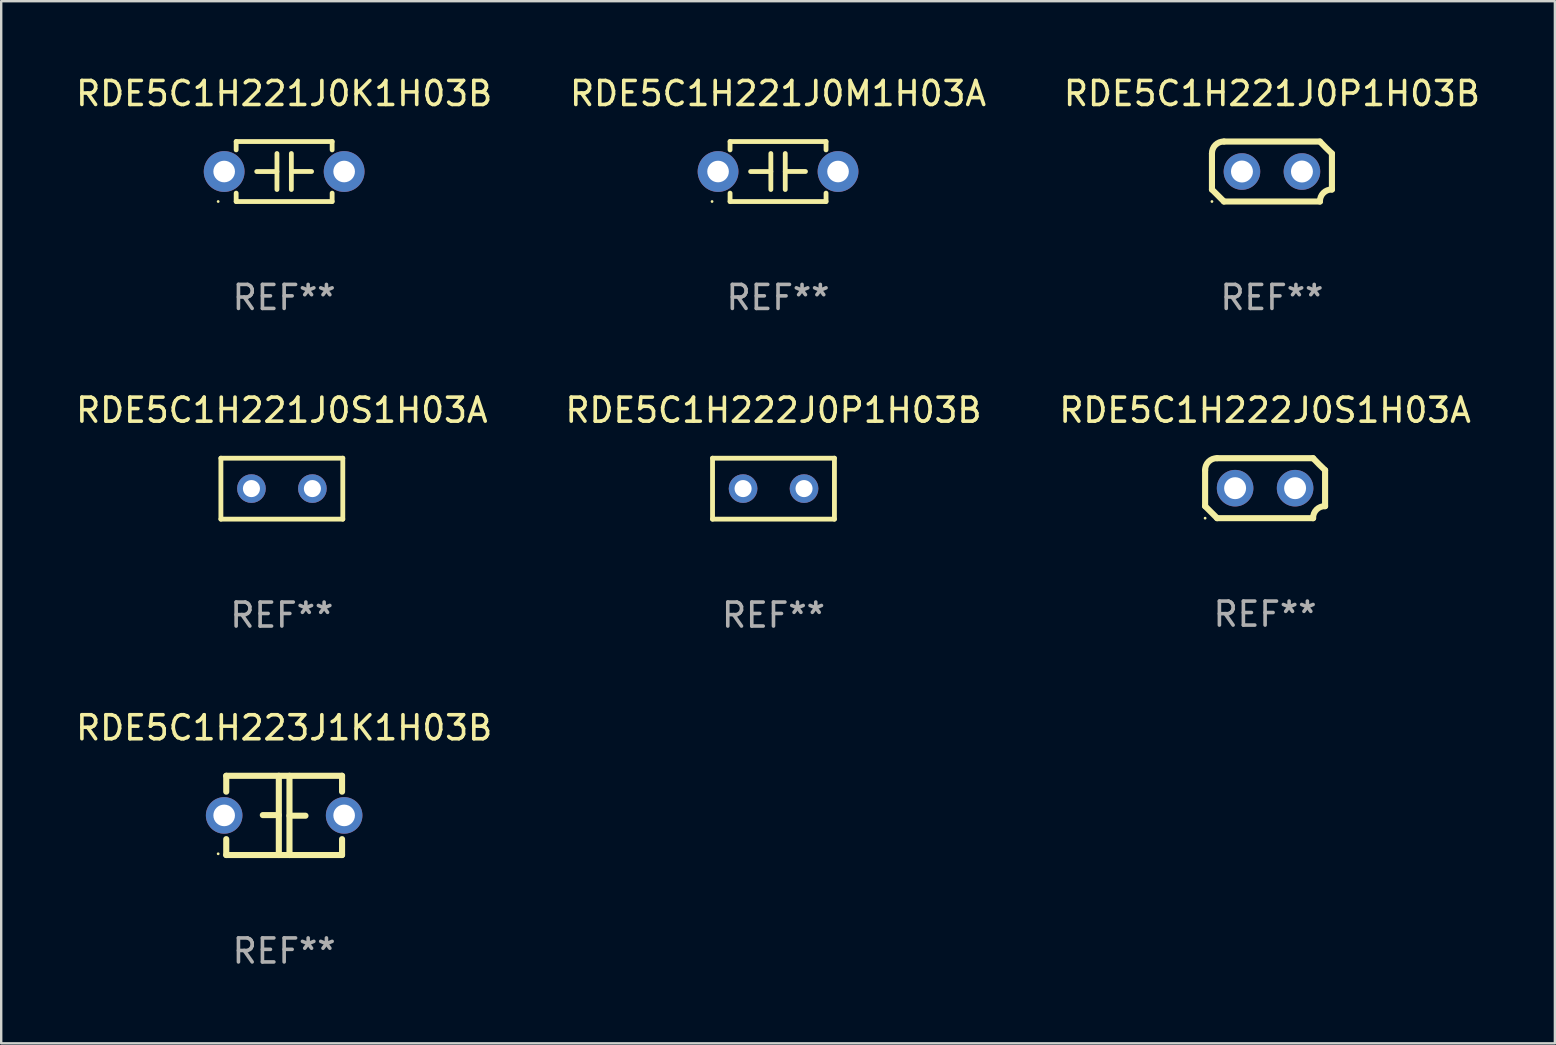
<source format=kicad_pcb>
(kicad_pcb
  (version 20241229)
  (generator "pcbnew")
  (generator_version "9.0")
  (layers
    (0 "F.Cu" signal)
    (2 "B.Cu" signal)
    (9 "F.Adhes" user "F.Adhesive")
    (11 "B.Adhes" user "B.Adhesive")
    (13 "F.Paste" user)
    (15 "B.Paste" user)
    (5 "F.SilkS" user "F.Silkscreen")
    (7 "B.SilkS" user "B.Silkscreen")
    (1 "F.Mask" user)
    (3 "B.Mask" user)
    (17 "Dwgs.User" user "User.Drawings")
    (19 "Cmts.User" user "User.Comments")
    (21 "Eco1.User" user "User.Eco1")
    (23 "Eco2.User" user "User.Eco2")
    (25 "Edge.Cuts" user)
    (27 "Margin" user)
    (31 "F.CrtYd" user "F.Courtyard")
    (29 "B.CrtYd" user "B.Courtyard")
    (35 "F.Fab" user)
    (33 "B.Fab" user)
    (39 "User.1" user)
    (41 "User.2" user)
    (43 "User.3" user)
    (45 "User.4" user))
  (footprint "RDE5C1H221J0K1H03B"
    (layer "F.Cu")
    (at 8.792 4.098)
    (property "Reference" "RDE5C1H221J0K1H03B" (at 0 -3.25 0) (layer "F.SilkS") (effects (font (size 1 1) (thickness 0.15))))
    (attr through_hole)
    (fp_line (start -2 -1.25) (end -2 -0.901) (stroke (width 0.2) (type solid)) (layer "F.SilkS"))
    (fp_line (start -2 -1.25) (end 2 -1.25) (stroke (width 0.2) (type solid)) (layer "F.SilkS"))
    (fp_line (start -2 0.901) (end -2 1.25) (stroke (width 0.2) (type solid)) (layer "F.SilkS"))
    (fp_line (start -0.3 -0.75) (end -0.3 0.75) (stroke (width 0.2) (type solid)) (layer "F.SilkS"))
    (fp_line (start -0.3 0.001) (end -1.143 0.001) (stroke (width 0.2) (type solid)) (layer "F.SilkS"))
    (fp_line (start 0.3 -0.001) (end 1.143 -0.001) (stroke (width 0.2) (type solid)) (layer "F.SilkS"))
    (fp_line (start 0.3 0.75) (end 0.3 -0.75) (stroke (width 0.2) (type solid)) (layer "F.SilkS"))
    (fp_line (start 2 -1.25) (end 2 -0.901) (stroke (width 0.2) (type solid)) (layer "F.SilkS"))
    (fp_line (start 2 0.901) (end 2 1.25) (stroke (width 0.2) (type solid)) (layer "F.SilkS"))
    (fp_line (start 2 1.25) (end -2 1.25) (stroke (width 0.2) (type solid)) (layer "F.SilkS"))
    (fp_circle (center -2.75 1.25) (end -2.72 1.25) (stroke (width 0.06) (type solid)) (fill no) (layer "F.SilkS"))
    (fp_text user "REF**" (at 0 5.25 0) (layer "F.Fab") (effects (font (size 1 1) (thickness 0.15))))
    (pad "1" thru_hole circle (at -2.5 0) (size 1.7 1.7) (drill 0.9) (layers "*.Cu" "*.Mask"))
    (pad "2" thru_hole circle (at 2.5 0) (size 1.7 1.7) (drill 0.9) (layers "*.Cu" "*.Mask")))
  (footprint "RDE5C1H221J0M1H03A"
    (layer "F.Cu")
    (at 29.375 4.098)
    (property "Reference" "RDE5C1H221J0M1H03A" (at 0 -3.25 0) (layer "F.SilkS") (effects (font (size 1 1) (thickness 0.15))))
    (attr through_hole)
    (fp_line (start -2 -1.25) (end -2 -0.901) (stroke (width 0.2) (type solid)) (layer "F.SilkS"))
    (fp_line (start -2 -1.25) (end 2 -1.25) (stroke (width 0.2) (type solid)) (layer "F.SilkS"))
    (fp_line (start -2 0.901) (end -2 1.25) (stroke (width 0.2) (type solid)) (layer "F.SilkS"))
    (fp_line (start -0.3 -0.75) (end -0.3 0.75) (stroke (width 0.2) (type solid)) (layer "F.SilkS"))
    (fp_line (start -0.3 0.001) (end -1.143 0.001) (stroke (width 0.2) (type solid)) (layer "F.SilkS"))
    (fp_line (start 0.3 -0.001) (end 1.143 -0.001) (stroke (width 0.2) (type solid)) (layer "F.SilkS"))
    (fp_line (start 0.3 0.75) (end 0.3 -0.75) (stroke (width 0.2) (type solid)) (layer "F.SilkS"))
    (fp_line (start 2 -1.25) (end 2 -0.901) (stroke (width 0.2) (type solid)) (layer "F.SilkS"))
    (fp_line (start 2 0.901) (end 2 1.25) (stroke (width 0.2) (type solid)) (layer "F.SilkS"))
    (fp_line (start 2 1.25) (end -2 1.25) (stroke (width 0.2) (type solid)) (layer "F.SilkS"))
    (fp_circle (center -2.75 1.25) (end -2.72 1.25) (stroke (width 0.06) (type solid)) (fill no) (layer "F.SilkS"))
    (fp_text user "REF**" (at 0 5.25 0) (layer "F.Fab") (effects (font (size 1 1) (thickness 0.15))))
    (pad "1" thru_hole circle (at -2.5 0) (size 1.7 1.7) (drill 0.9) (layers "*.Cu" "*.Mask"))
    (pad "2" thru_hole circle (at 2.5 0) (size 1.7 1.7) (drill 0.9) (layers "*.Cu" "*.Mask")))
  (footprint "RDE5C1H222J0P1H03B"
    (layer "F.Cu")
    (at 29.185 17.315)
    (property "Reference" "RDE5C1H222J0P1H03B" (at 0 -3.27 0) (layer "F.SilkS") (effects (font (size 1 1) (thickness 0.15))))
    (attr through_hole)
    (fp_line (start -2.54 -1.27) (end -2.54 1.27) (stroke (width 0.201) (type solid)) (layer "F.SilkS"))
    (fp_line (start -2.54 1.27) (end 2.54 1.27) (stroke (width 0.201) (type solid)) (layer "F.SilkS"))
    (fp_line (start 2.54 -1.27) (end -2.54 -1.27) (stroke (width 0.201) (type solid)) (layer "F.SilkS"))
    (fp_line (start 2.54 1.27) (end 2.54 -1.27) (stroke (width 0.201) (type solid)) (layer "F.SilkS"))
    (fp_circle (center -2.497 1.247) (end -2.467 1.247) (stroke (width 0.06) (type solid)) (fill no) (layer "F.SilkS"))
    (fp_text user "REF**" (at 0 5.27 0) (layer "F.Fab") (effects (font (size 1 1) (thickness 0.15))))
    (pad "1" thru_hole circle (at -1.267 -0.003) (size 1.194 1.194) (drill 0.711) (layers "*.Cu" "*.Mask"))
    (pad "2" thru_hole circle (at 1.273 -0.003) (size 1.194 1.194) (drill 0.711) (layers "*.Cu" "*.Mask")))
  (footprint "RDE5C1H221J0S1H03A"
    (layer "F.Cu")
    (at 8.696 17.315)
    (property "Reference" "RDE5C1H221J0S1H03A" (at 0 -3.27 0) (layer "F.SilkS") (effects (font (size 1 1) (thickness 0.15))))
    (attr through_hole)
    (fp_line (start -2.54 -1.27) (end -2.54 1.27) (stroke (width 0.201) (type solid)) (layer "F.SilkS"))
    (fp_line (start -2.54 1.27) (end 2.54 1.27) (stroke (width 0.201) (type solid)) (layer "F.SilkS"))
    (fp_line (start 2.54 -1.27) (end -2.54 -1.27) (stroke (width 0.201) (type solid)) (layer "F.SilkS"))
    (fp_line (start 2.54 1.27) (end 2.54 -1.27) (stroke (width 0.201) (type solid)) (layer "F.SilkS"))
    (fp_circle (center -2.497 1.247) (end -2.467 1.247) (stroke (width 0.06) (type solid)) (fill no) (layer "F.SilkS"))
    (fp_text user "REF**" (at 0 5.27 0) (layer "F.Fab") (effects (font (size 1 1) (thickness 0.15))))
    (pad "1" thru_hole circle (at -1.267 -0.003) (size 1.194 1.194) (drill 0.711) (layers "*.Cu" "*.Mask"))
    (pad "2" thru_hole circle (at 1.273 -0.003) (size 1.194 1.194) (drill 0.711) (layers "*.Cu" "*.Mask")))
  (footprint "RDE5C1H223J1K1H03B"
    (layer "F.Cu")
    (at 8.792 30.932)
    (property "Reference" "RDE5C1H223J1K1H03B" (at 0 -3.651 0) (layer "F.SilkS") (effects (font (size 1 1) (thickness 0.15))))
    (attr through_hole)
    (fp_line (start -2.413 -1.651) (end 2.413 -1.651) (stroke (width 0.254) (type solid)) (layer "F.SilkS"))
    (fp_line (start -2.413 -0.989) (end -2.413 -1.651) (stroke (width 0.254) (type solid)) (layer "F.SilkS"))
    (fp_line (start -2.413 1.651) (end -2.413 0.989) (stroke (width 0.254) (type solid)) (layer "F.SilkS"))
    (fp_line (start -0.222 -0.013) (end -0.889 -0.013) (stroke (width 0.254) (type solid)) (layer "F.SilkS"))
    (fp_line (start -0.222 1.651) (end -0.222 -1.651) (stroke (width 0.254) (type solid)) (layer "F.SilkS"))
    (fp_line (start 0.222 -1.651) (end 0.222 1.651) (stroke (width 0.254) (type solid)) (layer "F.SilkS"))
    (fp_line (start 0.222 0.013) (end 0.889 0.013) (stroke (width 0.254) (type solid)) (layer "F.SilkS"))
    (fp_line (start 2.413 -1.651) (end 2.413 -0.989) (stroke (width 0.254) (type solid)) (layer "F.SilkS"))
    (fp_line (start 2.413 0.989) (end 2.413 1.651) (stroke (width 0.254) (type solid)) (layer "F.SilkS"))
    (fp_line (start 2.413 1.651) (end -2.413 1.651) (stroke (width 0.254) (type solid)) (layer "F.SilkS"))
    (fp_circle (center -2.75 1.6) (end -2.72 1.6) (stroke (width 0.06) (type solid)) (fill no) (layer "F.SilkS"))
    (fp_text user "REF**" (at 0 5.651 0) (layer "F.Fab") (effects (font (size 1 1) (thickness 0.15))))
    (pad "1" thru_hole circle (at -2.5 0) (size 1.524 1.524) (drill 0.9) (layers "*.Cu" "*.Mask"))
    (pad "2" thru_hole circle (at 2.5 0) (size 1.524 1.524) (drill 0.9) (layers "*.Cu" "*.Mask")))
  (footprint "RDE5C1H221J0P1H03B"
    (layer "F.Cu")
    (at 49.958 4.098)
    (property "Reference" "RDE5C1H221J0P1H03B" (at 0 -3.25 0) (layer "F.SilkS") (effects (font (size 1 1) (thickness 0.15))))
    (attr through_hole)
    (fp_line (start -2.5 -0.75) (end -2.5 0.75) (stroke (width 0.254) (type solid)) (layer "F.SilkS"))
    (fp_line (start -2 -1.25) (end 2 -1.25) (stroke (width 0.254) (type solid)) (layer "F.SilkS"))
    (fp_line (start 2 1.25) (end -2 1.25) (stroke (width 0.254) (type solid)) (layer "F.SilkS"))
    (fp_line (start 2.5 0.75) (end 2.5 -0.75) (stroke (width 0.254) (type solid)) (layer "F.SilkS"))
    (fp_arc (start -2.5 0.749962) (mid -2.249559 0.999558) (end -1.99929 1.249325) (stroke (width 0.254001) (type solid)) (layer "F.SilkS"))
    (fp_arc (start -2.499366 -0.749302) (mid -2.356411 -1.106098) (end -2 -1.250013) (stroke (width 0.254001) (type solid)) (layer "F.SilkS"))
    (fp_arc (start 2 1.250013) (mid 2.142747 0.89301) (end 2.499364 0.749302) (stroke (width 0.254001) (type solid)) (layer "F.SilkS"))
    (fp_arc (start 2.5 -0.749962) (mid 2.245609 -0.995598) (end 1.999289 -1.249327) (stroke (width 0.254001) (type solid)) (layer "F.SilkS"))
    (fp_circle (center -2.5 1.25) (end -2.47 1.25) (stroke (width 0.06) (type solid)) (fill no) (layer "F.SilkS"))
    (fp_text user "REF**" (at 0 5.25 0) (layer "F.Fab") (effects (font (size 1 1) (thickness 0.15))))
    (pad "1" thru_hole circle (at -1.25 0) (size 1.524 1.524) (drill 0.914) (layers "*.Cu" "*.Mask"))
    (pad "2" thru_hole circle (at 1.25 0) (size 1.524 1.524) (drill 0.914) (layers "*.Cu" "*.Mask")))
  (footprint "RDE5C1H222J0S1H03A"
    (layer "F.Cu")
    (at 49.673 17.295)
    (property "Reference" "RDE5C1H222J0S1H03A" (at 0 -3.25 0) (layer "F.SilkS") (effects (font (size 1 1) (thickness 0.15))))
    (attr through_hole)
    (fp_line (start -2.5 -0.75) (end -2.5 0.75) (stroke (width 0.254) (type solid)) (layer "F.SilkS"))
    (fp_line (start -2 -1.25) (end 2 -1.25) (stroke (width 0.254) (type solid)) (layer "F.SilkS"))
    (fp_line (start 2 1.25) (end -2 1.25) (stroke (width 0.254) (type solid)) (layer "F.SilkS"))
    (fp_line (start 2.5 0.75) (end 2.5 -0.75) (stroke (width 0.254) (type solid)) (layer "F.SilkS"))
    (fp_arc (start -2.5 0.749962) (mid -2.249559 0.999558) (end -1.99929 1.249325) (stroke (width 0.254001) (type solid)) (layer "F.SilkS"))
    (fp_arc (start -2.499366 -0.749302) (mid -2.356411 -1.106098) (end -2 -1.250013) (stroke (width 0.254001) (type solid)) (layer "F.SilkS"))
    (fp_arc (start 2 1.250013) (mid 2.142747 0.89301) (end 2.499364 0.749302) (stroke (width 0.254001) (type solid)) (layer "F.SilkS"))
    (fp_arc (start 2.5 -0.749962) (mid 2.245609 -0.995598) (end 1.999289 -1.249327) (stroke (width 0.254001) (type solid)) (layer "F.SilkS"))
    (fp_circle (center -2.5 1.25) (end -2.47 1.25) (stroke (width 0.06) (type solid)) (fill no) (layer "F.SilkS"))
    (fp_text user "REF**" (at 0 5.25 0) (layer "F.Fab") (effects (font (size 1 1) (thickness 0.15))))
    (pad "1" thru_hole circle (at -1.25 0) (size 1.524 1.524) (drill 0.914) (layers "*.Cu" "*.Mask"))
    (pad "2" thru_hole circle (at 1.25 0) (size 1.524 1.524) (drill 0.914) (layers "*.Cu" "*.Mask")))
  (gr_rect
    (start -3 -3)
    (end 61.75 40.432)
    (stroke (width 0.1) (type default))
    (fill no)
    (layer "Edge.Cuts")))
</source>
